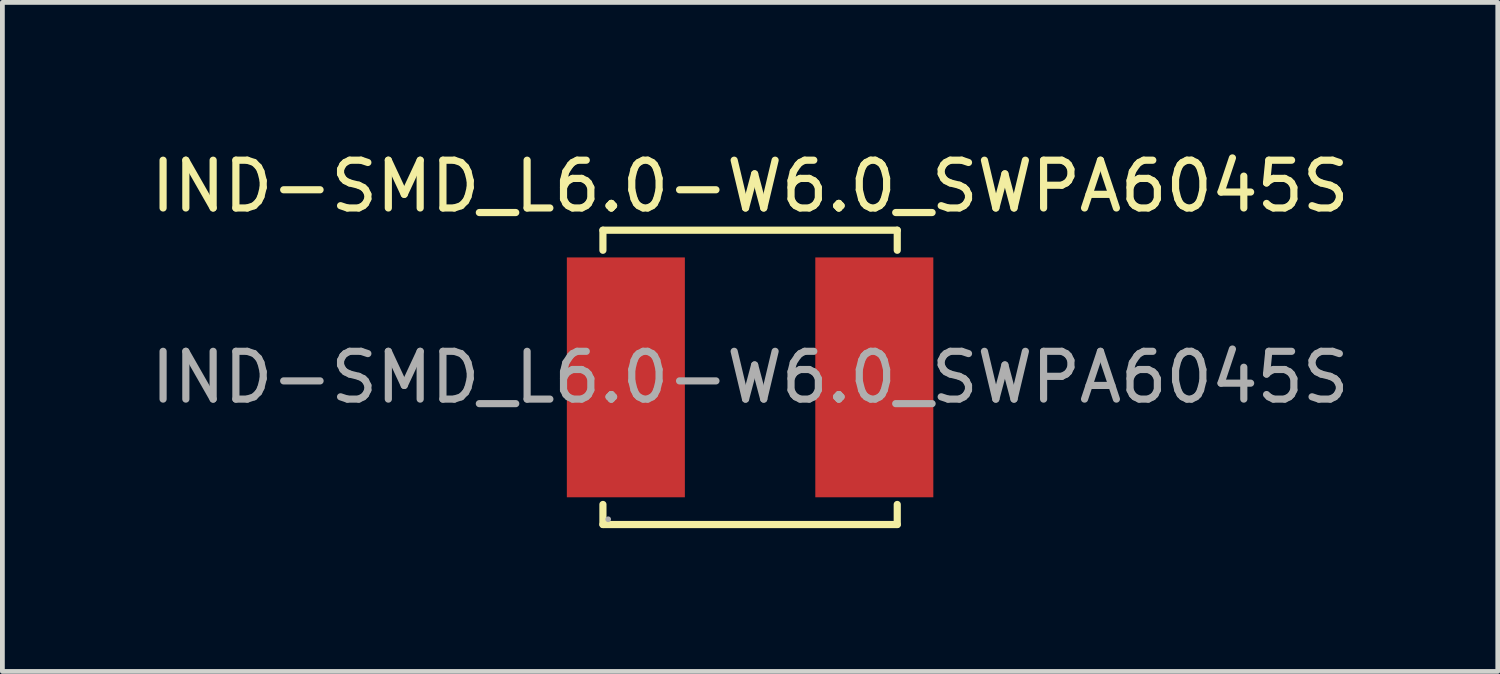
<source format=kicad_pcb>
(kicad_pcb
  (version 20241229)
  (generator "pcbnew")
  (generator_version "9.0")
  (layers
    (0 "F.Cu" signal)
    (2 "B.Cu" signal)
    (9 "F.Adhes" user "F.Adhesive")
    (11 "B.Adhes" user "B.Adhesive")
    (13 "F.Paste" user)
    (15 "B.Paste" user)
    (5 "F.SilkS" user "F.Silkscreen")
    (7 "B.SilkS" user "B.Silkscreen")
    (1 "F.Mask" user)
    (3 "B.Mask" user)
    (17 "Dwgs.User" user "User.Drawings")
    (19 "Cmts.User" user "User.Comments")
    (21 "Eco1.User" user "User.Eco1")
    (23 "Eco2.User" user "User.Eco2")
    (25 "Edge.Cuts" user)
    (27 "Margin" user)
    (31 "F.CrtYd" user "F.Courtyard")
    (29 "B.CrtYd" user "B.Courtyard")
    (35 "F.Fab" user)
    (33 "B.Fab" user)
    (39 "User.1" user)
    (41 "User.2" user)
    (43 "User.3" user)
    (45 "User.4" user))
  (footprint "IND-SMD_L6.0-W6.0_SWPA6045S"
    (layer "F.Cu")
    (at 12.649 4.848)
    (property "Reference" "IND-SMD_L6.0-W6.0_SWPA6045S" (at 0 -4 0) (layer "F.SilkS") (effects (font (size 1 1) (thickness 0.15))))
    (attr smd)
    (fp_line (start -3.08 -3.08) (end 3.08 -3.08) (stroke (width 0.15) (type solid)) (layer "F.SilkS"))
    (fp_line (start -3.08 -2.66) (end -3.08 -3.08) (stroke (width 0.15) (type solid)) (layer "F.SilkS"))
    (fp_line (start -3.08 2.66) (end -3.08 3.08) (stroke (width 0.15) (type solid)) (layer "F.SilkS"))
    (fp_line (start -3.08 3.08) (end 3.08 3.08) (stroke (width 0.15) (type solid)) (layer "F.SilkS"))
    (fp_line (start 3.08 -3.08) (end 3.08 -2.66) (stroke (width 0.15) (type solid)) (layer "F.SilkS"))
    (fp_line (start 3.08 3.08) (end 3.08 2.66) (stroke (width 0.15) (type solid)) (layer "F.SilkS"))
    (fp_circle (center -2.97 2.97) (end -2.94 2.97) (stroke (width 0.06) (type solid)) (fill no) (layer "F.Fab"))
    (fp_text user "${REFERENCE}" (at 0 0 0) (layer "F.Fab") (effects (font (size 1 1) (thickness 0.15))))
    (pad "1" smd rect (at -2.6 0 180) (size 2.47 5.02) (layers "F.Cu" "F.Mask" "F.Paste"))
    (pad "2" smd rect (at 2.6 0 180) (size 2.47 5.02) (layers "F.Cu" "F.Mask" "F.Paste")))
  (gr_rect
    (start -3 -3)
    (end 28.298 11.003)
    (stroke (width 0.1) (type default))
    (fill no)
    (layer "Edge.Cuts")))
</source>
